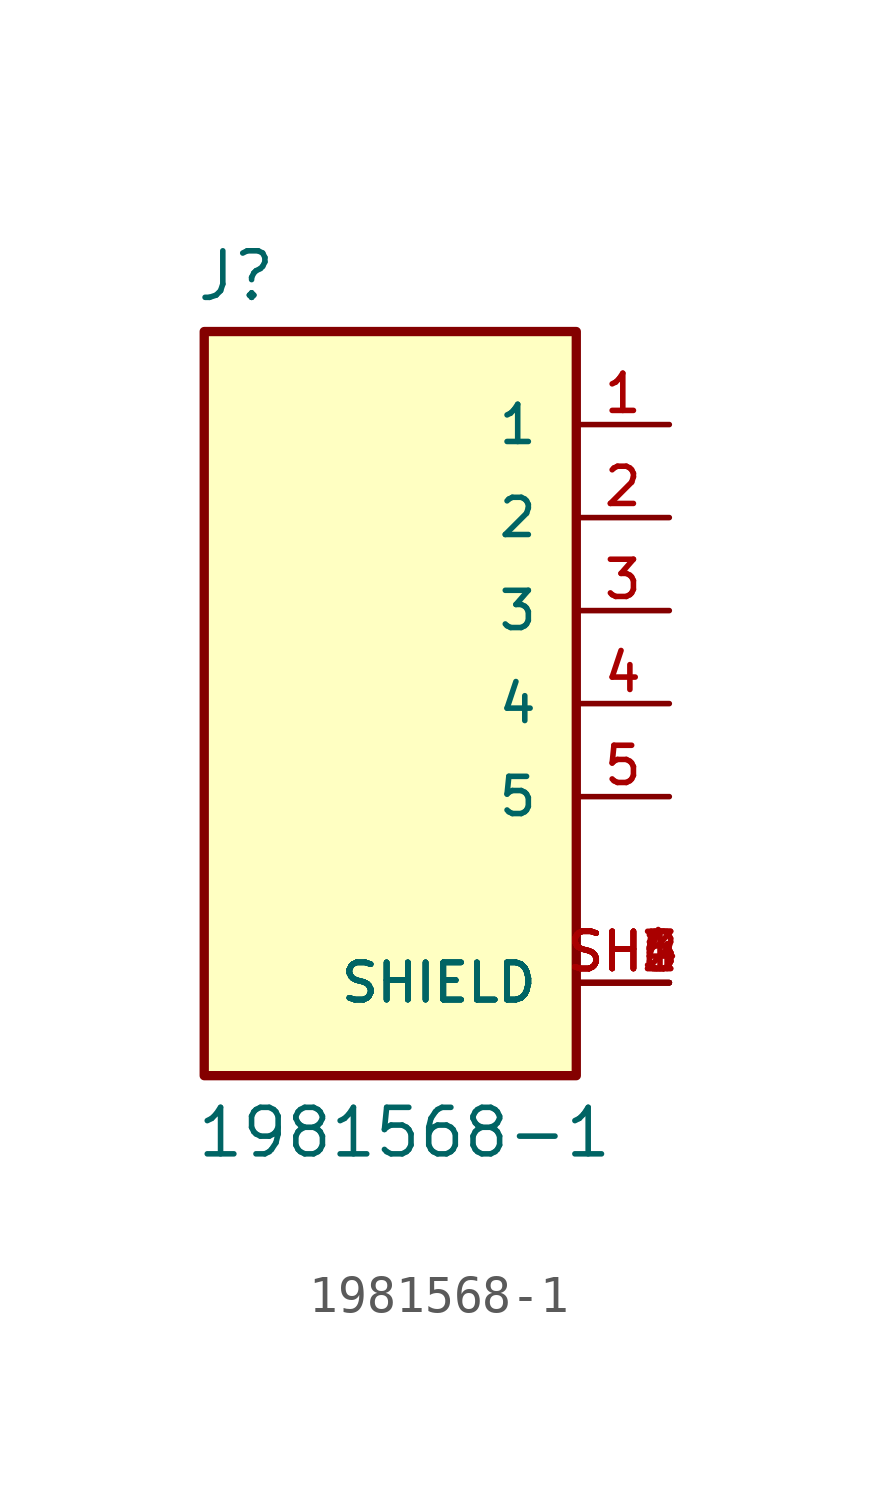
<source format=kicad_sym>
(kicad_symbol_lib
  (version 20211014)
  (generator kicad_symbol_editor)
  (symbol "1981568-1"
    (pin_names
      (offset 1.016))
    (property "Reference" "J"
      (at -5.338 10.931 0)
      (effects (font (size 1.27 1.27)) (justify bottom left)))
    (property "Value" "1981568-1"
      (at -5.339 -12.458 0)
      (effects (font (size 1.27 1.27)) (justify bottom left)))
    (symbol "1981568-1_0_0"
      (rectangle (start -5.08 -10.16) (end 5.08 10.16) (stroke (width 0.254)) (fill (type background)))
      (pin passive line (at 7.62 7.62 180.0) (length 2.54) (name "1" (effects (font (size 1.016 1.016)))) (number "1" (effects (font (size 1.016 1.016)))))
      (pin passive line (at 7.62 5.08 180.0) (length 2.54) (name "2" (effects (font (size 1.016 1.016)))) (number "2" (effects (font (size 1.016 1.016)))))
      (pin passive line (at 7.62 2.54 180.0) (length 2.54) (name "3" (effects (font (size 1.016 1.016)))) (number "3" (effects (font (size 1.016 1.016)))))
      (pin passive line (at 7.62 0.0 180.0) (length 2.54) (name "4" (effects (font (size 1.016 1.016)))) (number "4" (effects (font (size 1.016 1.016)))))
      (pin passive line (at 7.62 -2.54 180.0) (length 2.54) (name "5" (effects (font (size 1.016 1.016)))) (number "5" (effects (font (size 1.016 1.016)))))
      (pin passive line (at 7.62 -7.62 180.0) (length 2.54) (name "SHIELD" (effects (font (size 1.016 1.016)))) (number "SH1" (effects (font (size 1.016 1.016)))))
      (pin passive line (at 7.62 -7.62 180.0) (length 2.54) (name "SHIELD" (effects (font (size 1.016 1.016)))) (number "SH2" (effects (font (size 1.016 1.016)))))
      (pin passive line (at 7.62 -7.62 180.0) (length 2.54) (name "SHIELD" (effects (font (size 1.016 1.016)))) (number "SH3" (effects (font (size 1.016 1.016)))))
      (pin passive line (at 7.62 -7.62 180.0) (length 2.54) (name "SHIELD" (effects (font (size 1.016 1.016)))) (number "SH4" (effects (font (size 1.016 1.016)))))
      (pin passive line (at 7.62 -7.62 180.0) (length 2.54) (name "SHIELD" (effects (font (size 1.016 1.016)))) (number "SH5" (effects (font (size 1.016 1.016)))))
      (pin passive line (at 7.62 -7.62 180.0) (length 2.54) (name "SHIELD" (effects (font (size 1.016 1.016)))) (number "SH6" (effects (font (size 1.016 1.016))))))))
</source>
